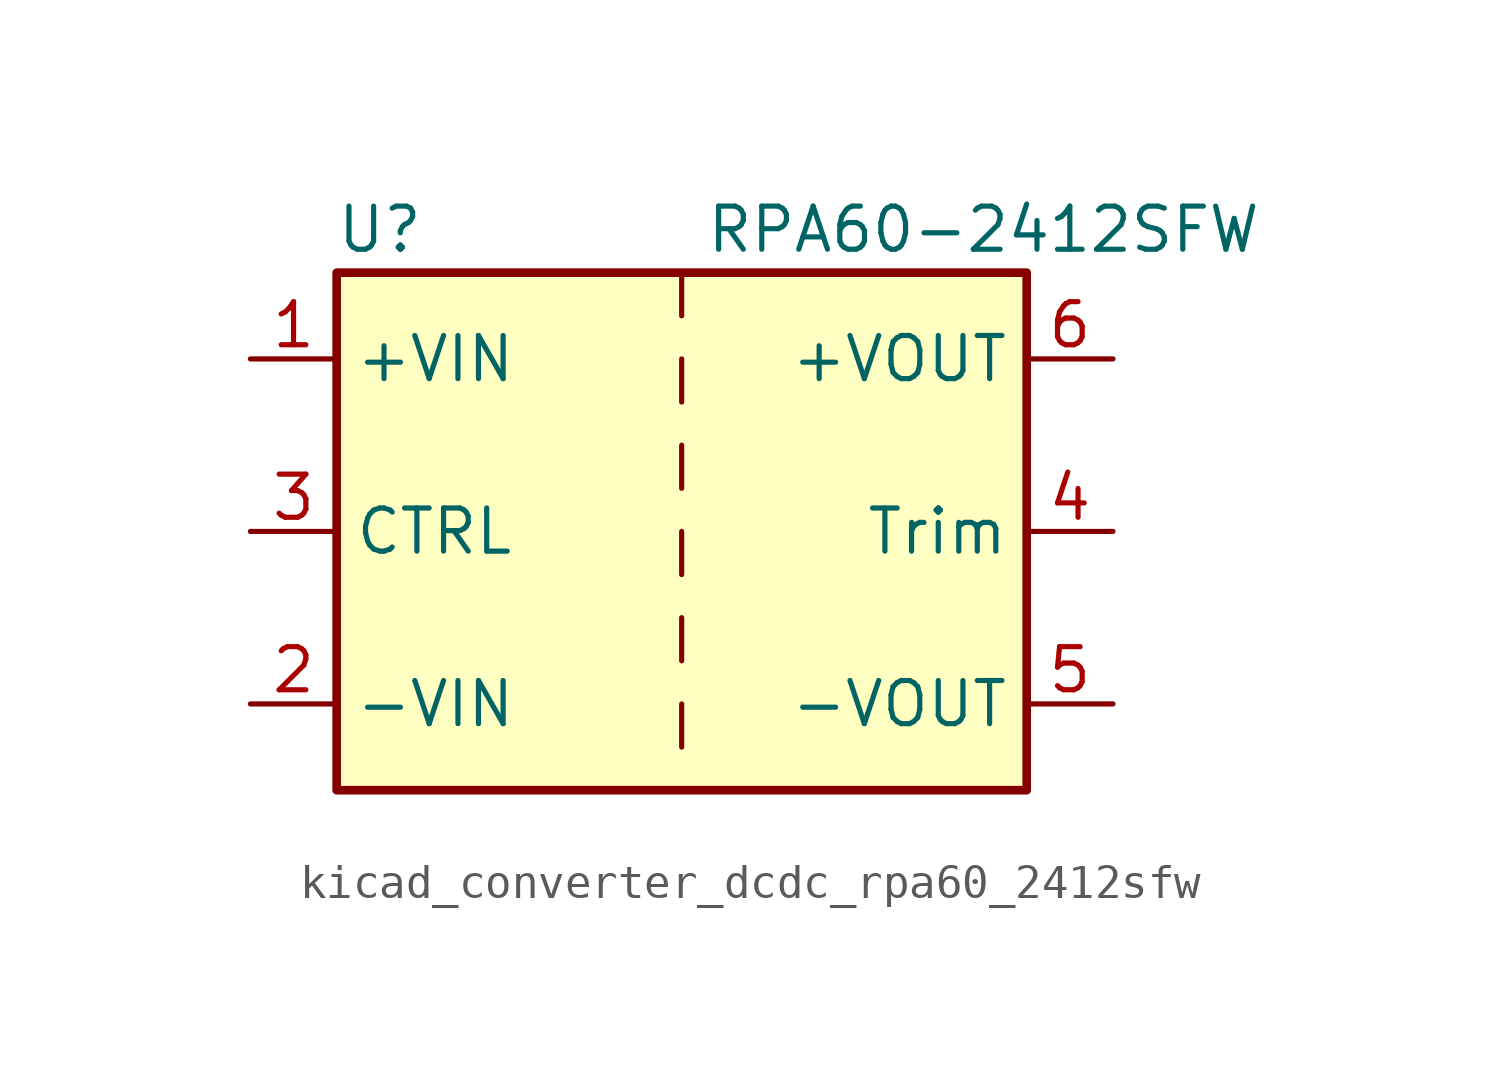
<source format=kicad_sym>
(kicad_symbol_lib
  (version 20220914)
  (generator kicad_symbol_editor)
  (symbol "kicad_converter_dcdc_rpa60_2412sfw"
    (property "Reference" "U"
      (at -8.89 8.89 0)
      (effects (font (size 1.27 1.27))))
    (property "Value" "RPA60-2412SFW"
      (at 8.89 8.89 0)
      (effects (font (size 1.27 1.27))))
    (symbol "kicad_converter_dcdc_rpa60_2412sfw_0_1"
      (rectangle (start -10.16 7.62) (end 10.16 -7.62) (stroke (width 0.254) (type default)) (fill (type background)))
      (polyline (pts (xy 0 -5.08) (xy 0 -6.35)) (stroke (width 0) (type default)) (fill (type none)))
      (polyline (pts (xy 0 -2.54) (xy 0 -3.81)) (stroke (width 0) (type default)) (fill (type none)))
      (polyline (pts (xy 0 0) (xy 0 -1.27)) (stroke (width 0) (type default)) (fill (type none)))
      (polyline (pts (xy 0 2.54) (xy 0 1.27)) (stroke (width 0) (type default)) (fill (type none)))
      (polyline (pts (xy 0 5.08) (xy 0 3.81)) (stroke (width 0) (type default)) (fill (type none)))
      (polyline (pts (xy 0 7.62) (xy 0 6.35)) (stroke (width 0) (type default)) (fill (type none))))
    (symbol "kicad_converter_dcdc_rpa60_2412sfw_1_1"
      (pin power_in line (at -12.7 5.08 0) (length 2.54) (name "+VIN" (effects (font (size 1.27 1.27)))) (number "1" (effects (font (size 1.27 1.27)))))
      (pin power_in line (at -12.7 -5.08 0) (length 2.54) (name "-VIN" (effects (font (size 1.27 1.27)))) (number "2" (effects (font (size 1.27 1.27)))))
      (pin input line (at -12.7 0 0) (length 2.54) (name "CTRL" (effects (font (size 1.27 1.27)))) (number "3" (effects (font (size 1.27 1.27)))))
      (pin input line (at 12.7 0 180) (length 2.54) (name "Trim" (effects (font (size 1.27 1.27)))) (number "4" (effects (font (size 1.27 1.27)))))
      (pin power_out line (at 12.7 -5.08 180) (length 2.54) (name "-VOUT" (effects (font (size 1.27 1.27)))) (number "5" (effects (font (size 1.27 1.27)))))
      (pin power_out line (at 12.7 5.08 180) (length 2.54) (name "+VOUT" (effects (font (size 1.27 1.27)))) (number "6" (effects (font (size 1.27 1.27))))))))
</source>
